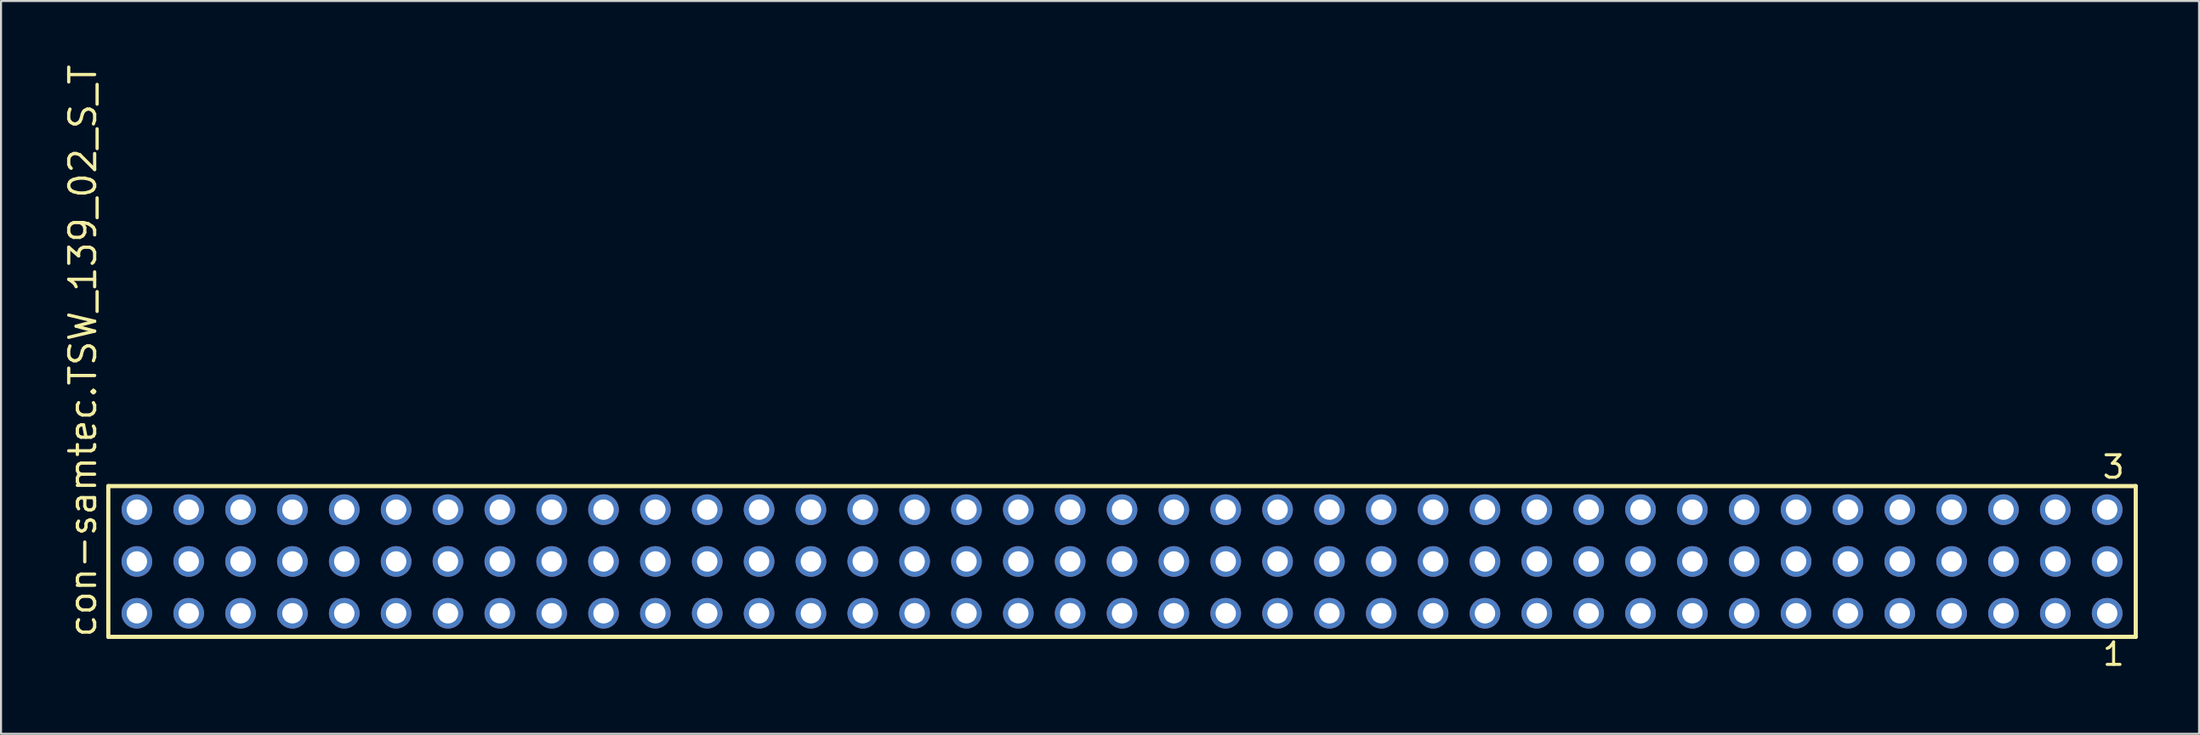
<source format=kicad_pcb>
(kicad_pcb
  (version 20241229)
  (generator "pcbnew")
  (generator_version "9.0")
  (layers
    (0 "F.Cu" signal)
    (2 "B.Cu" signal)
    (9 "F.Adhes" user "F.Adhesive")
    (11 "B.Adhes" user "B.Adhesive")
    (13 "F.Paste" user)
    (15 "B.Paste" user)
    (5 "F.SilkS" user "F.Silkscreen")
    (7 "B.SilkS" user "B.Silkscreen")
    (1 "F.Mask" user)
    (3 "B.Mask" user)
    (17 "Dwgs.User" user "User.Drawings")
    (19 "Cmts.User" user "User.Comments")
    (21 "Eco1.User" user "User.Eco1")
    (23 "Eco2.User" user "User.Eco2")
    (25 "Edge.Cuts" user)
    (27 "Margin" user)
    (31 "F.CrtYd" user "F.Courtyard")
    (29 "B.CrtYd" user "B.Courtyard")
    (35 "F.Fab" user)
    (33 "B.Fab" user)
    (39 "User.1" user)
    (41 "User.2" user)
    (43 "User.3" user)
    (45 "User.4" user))
  (footprint "con-samtec.TSW_139_02_S_T"
    (layer "F.Cu")
    (at 51.915 24.477)
    (property "Reference" "con-samtec.TSW_139_02_S_T" (at -50.165 3.81 90) (layer "F.SilkS") (effects (font (size 1.27 1.27) (thickness 0.16)) (justify left bottom)))
    (attr through_hole)
    (fp_line (start -49.659 -3.695) (end 49.659 -3.695) (stroke (width 0.203) (type default)) (layer "F.SilkS"))
    (fp_line (start -49.659 3.695) (end -49.659 -3.695) (stroke (width 0.203) (type default)) (layer "F.SilkS"))
    (fp_line (start 49.659 -3.695) (end 49.659 3.695) (stroke (width 0.203) (type default)) (layer "F.SilkS"))
    (fp_line (start 49.659 3.695) (end -49.659 3.695) (stroke (width 0.203) (type default)) (layer "F.SilkS"))
    (fp_rect (start -48.61 -2.19) (end -47.91 -2.89) (stroke (width 0.05) (type default)) (fill no) (layer "F.Fab"))
    (fp_rect (start -48.61 0.35) (end -47.91 -0.35) (stroke (width 0.05) (type default)) (fill no) (layer "F.Fab"))
    (fp_rect (start -48.61 2.89) (end -47.91 2.19) (stroke (width 0.05) (type default)) (fill no) (layer "F.Fab"))
    (fp_rect (start -46.07 -2.19) (end -45.37 -2.89) (stroke (width 0.05) (type default)) (fill no) (layer "F.Fab"))
    (fp_rect (start -46.07 0.35) (end -45.37 -0.35) (stroke (width 0.05) (type default)) (fill no) (layer "F.Fab"))
    (fp_rect (start -46.07 2.89) (end -45.37 2.19) (stroke (width 0.05) (type default)) (fill no) (layer "F.Fab"))
    (fp_rect (start -43.53 -2.19) (end -42.83 -2.89) (stroke (width 0.05) (type default)) (fill no) (layer "F.Fab"))
    (fp_rect (start -43.53 0.35) (end -42.83 -0.35) (stroke (width 0.05) (type default)) (fill no) (layer "F.Fab"))
    (fp_rect (start -43.53 2.89) (end -42.83 2.19) (stroke (width 0.05) (type default)) (fill no) (layer "F.Fab"))
    (fp_rect (start -40.99 -2.19) (end -40.29 -2.89) (stroke (width 0.05) (type default)) (fill no) (layer "F.Fab"))
    (fp_rect (start -40.99 0.35) (end -40.29 -0.35) (stroke (width 0.05) (type default)) (fill no) (layer "F.Fab"))
    (fp_rect (start -40.99 2.89) (end -40.29 2.19) (stroke (width 0.05) (type default)) (fill no) (layer "F.Fab"))
    (fp_rect (start -38.45 -2.19) (end -37.75 -2.89) (stroke (width 0.05) (type default)) (fill no) (layer "F.Fab"))
    (fp_rect (start -38.45 0.35) (end -37.75 -0.35) (stroke (width 0.05) (type default)) (fill no) (layer "F.Fab"))
    (fp_rect (start -38.45 2.89) (end -37.75 2.19) (stroke (width 0.05) (type default)) (fill no) (layer "F.Fab"))
    (fp_rect (start -35.91 -2.19) (end -35.21 -2.89) (stroke (width 0.05) (type default)) (fill no) (layer "F.Fab"))
    (fp_rect (start -35.91 0.35) (end -35.21 -0.35) (stroke (width 0.05) (type default)) (fill no) (layer "F.Fab"))
    (fp_rect (start -35.91 2.89) (end -35.21 2.19) (stroke (width 0.05) (type default)) (fill no) (layer "F.Fab"))
    (fp_rect (start -33.37 -2.19) (end -32.67 -2.89) (stroke (width 0.05) (type default)) (fill no) (layer "F.Fab"))
    (fp_rect (start -33.37 0.35) (end -32.67 -0.35) (stroke (width 0.05) (type default)) (fill no) (layer "F.Fab"))
    (fp_rect (start -33.37 2.89) (end -32.67 2.19) (stroke (width 0.05) (type default)) (fill no) (layer "F.Fab"))
    (fp_rect (start -30.83 -2.19) (end -30.13 -2.89) (stroke (width 0.05) (type default)) (fill no) (layer "F.Fab"))
    (fp_rect (start -30.83 0.35) (end -30.13 -0.35) (stroke (width 0.05) (type default)) (fill no) (layer "F.Fab"))
    (fp_rect (start -30.83 2.89) (end -30.13 2.19) (stroke (width 0.05) (type default)) (fill no) (layer "F.Fab"))
    (fp_rect (start -28.29 -2.19) (end -27.59 -2.89) (stroke (width 0.05) (type default)) (fill no) (layer "F.Fab"))
    (fp_rect (start -28.29 0.35) (end -27.59 -0.35) (stroke (width 0.05) (type default)) (fill no) (layer "F.Fab"))
    (fp_rect (start -28.29 2.89) (end -27.59 2.19) (stroke (width 0.05) (type default)) (fill no) (layer "F.Fab"))
    (fp_rect (start -25.75 -2.19) (end -25.05 -2.89) (stroke (width 0.05) (type default)) (fill no) (layer "F.Fab"))
    (fp_rect (start -25.75 0.35) (end -25.05 -0.35) (stroke (width 0.05) (type default)) (fill no) (layer "F.Fab"))
    (fp_rect (start -25.75 2.89) (end -25.05 2.19) (stroke (width 0.05) (type default)) (fill no) (layer "F.Fab"))
    (fp_rect (start -23.21 -2.19) (end -22.51 -2.89) (stroke (width 0.05) (type default)) (fill no) (layer "F.Fab"))
    (fp_rect (start -23.21 0.35) (end -22.51 -0.35) (stroke (width 0.05) (type default)) (fill no) (layer "F.Fab"))
    (fp_rect (start -23.21 2.89) (end -22.51 2.19) (stroke (width 0.05) (type default)) (fill no) (layer "F.Fab"))
    (fp_rect (start -20.67 -2.19) (end -19.97 -2.89) (stroke (width 0.05) (type default)) (fill no) (layer "F.Fab"))
    (fp_rect (start -20.67 0.35) (end -19.97 -0.35) (stroke (width 0.05) (type default)) (fill no) (layer "F.Fab"))
    (fp_rect (start -20.67 2.89) (end -19.97 2.19) (stroke (width 0.05) (type default)) (fill no) (layer "F.Fab"))
    (fp_rect (start -18.13 -2.19) (end -17.43 -2.89) (stroke (width 0.05) (type default)) (fill no) (layer "F.Fab"))
    (fp_rect (start -18.13 0.35) (end -17.43 -0.35) (stroke (width 0.05) (type default)) (fill no) (layer "F.Fab"))
    (fp_rect (start -18.13 2.89) (end -17.43 2.19) (stroke (width 0.05) (type default)) (fill no) (layer "F.Fab"))
    (fp_rect (start -15.59 -2.19) (end -14.89 -2.89) (stroke (width 0.05) (type default)) (fill no) (layer "F.Fab"))
    (fp_rect (start -15.59 0.35) (end -14.89 -0.35) (stroke (width 0.05) (type default)) (fill no) (layer "F.Fab"))
    (fp_rect (start -15.59 2.89) (end -14.89 2.19) (stroke (width 0.05) (type default)) (fill no) (layer "F.Fab"))
    (fp_rect (start -13.05 -2.19) (end -12.35 -2.89) (stroke (width 0.05) (type default)) (fill no) (layer "F.Fab"))
    (fp_rect (start -13.05 0.35) (end -12.35 -0.35) (stroke (width 0.05) (type default)) (fill no) (layer "F.Fab"))
    (fp_rect (start -13.05 2.89) (end -12.35 2.19) (stroke (width 0.05) (type default)) (fill no) (layer "F.Fab"))
    (fp_rect (start -10.51 -2.19) (end -9.81 -2.89) (stroke (width 0.05) (type default)) (fill no) (layer "F.Fab"))
    (fp_rect (start -10.51 0.35) (end -9.81 -0.35) (stroke (width 0.05) (type default)) (fill no) (layer "F.Fab"))
    (fp_rect (start -10.51 2.89) (end -9.81 2.19) (stroke (width 0.05) (type default)) (fill no) (layer "F.Fab"))
    (fp_rect (start -7.97 -2.19) (end -7.27 -2.89) (stroke (width 0.05) (type default)) (fill no) (layer "F.Fab"))
    (fp_rect (start -7.97 0.35) (end -7.27 -0.35) (stroke (width 0.05) (type default)) (fill no) (layer "F.Fab"))
    (fp_rect (start -7.97 2.89) (end -7.27 2.19) (stroke (width 0.05) (type default)) (fill no) (layer "F.Fab"))
    (fp_rect (start -5.43 -2.19) (end -4.73 -2.89) (stroke (width 0.05) (type default)) (fill no) (layer "F.Fab"))
    (fp_rect (start -5.43 0.35) (end -4.73 -0.35) (stroke (width 0.05) (type default)) (fill no) (layer "F.Fab"))
    (fp_rect (start -5.43 2.89) (end -4.73 2.19) (stroke (width 0.05) (type default)) (fill no) (layer "F.Fab"))
    (fp_rect (start -2.89 -2.19) (end -2.19 -2.89) (stroke (width 0.05) (type default)) (fill no) (layer "F.Fab"))
    (fp_rect (start -2.89 0.35) (end -2.19 -0.35) (stroke (width 0.05) (type default)) (fill no) (layer "F.Fab"))
    (fp_rect (start -2.89 2.89) (end -2.19 2.19) (stroke (width 0.05) (type default)) (fill no) (layer "F.Fab"))
    (fp_rect (start -0.35 -2.19) (end 0.35 -2.89) (stroke (width 0.05) (type default)) (fill no) (layer "F.Fab"))
    (fp_rect (start -0.35 0.35) (end 0.35 -0.35) (stroke (width 0.05) (type default)) (fill no) (layer "F.Fab"))
    (fp_rect (start -0.35 2.89) (end 0.35 2.19) (stroke (width 0.05) (type default)) (fill no) (layer "F.Fab"))
    (fp_rect (start 2.19 -2.19) (end 2.89 -2.89) (stroke (width 0.05) (type default)) (fill no) (layer "F.Fab"))
    (fp_rect (start 2.19 0.35) (end 2.89 -0.35) (stroke (width 0.05) (type default)) (fill no) (layer "F.Fab"))
    (fp_rect (start 2.19 2.89) (end 2.89 2.19) (stroke (width 0.05) (type default)) (fill no) (layer "F.Fab"))
    (fp_rect (start 4.73 -2.19) (end 5.43 -2.89) (stroke (width 0.05) (type default)) (fill no) (layer "F.Fab"))
    (fp_rect (start 4.73 0.35) (end 5.43 -0.35) (stroke (width 0.05) (type default)) (fill no) (layer "F.Fab"))
    (fp_rect (start 4.73 2.89) (end 5.43 2.19) (stroke (width 0.05) (type default)) (fill no) (layer "F.Fab"))
    (fp_rect (start 7.27 -2.19) (end 7.97 -2.89) (stroke (width 0.05) (type default)) (fill no) (layer "F.Fab"))
    (fp_rect (start 7.27 0.35) (end 7.97 -0.35) (stroke (width 0.05) (type default)) (fill no) (layer "F.Fab"))
    (fp_rect (start 7.27 2.89) (end 7.97 2.19) (stroke (width 0.05) (type default)) (fill no) (layer "F.Fab"))
    (fp_rect (start 9.81 -2.19) (end 10.51 -2.89) (stroke (width 0.05) (type default)) (fill no) (layer "F.Fab"))
    (fp_rect (start 9.81 0.35) (end 10.51 -0.35) (stroke (width 0.05) (type default)) (fill no) (layer "F.Fab"))
    (fp_rect (start 9.81 2.89) (end 10.51 2.19) (stroke (width 0.05) (type default)) (fill no) (layer "F.Fab"))
    (fp_rect (start 12.35 -2.19) (end 13.05 -2.89) (stroke (width 0.05) (type default)) (fill no) (layer "F.Fab"))
    (fp_rect (start 12.35 0.35) (end 13.05 -0.35) (stroke (width 0.05) (type default)) (fill no) (layer "F.Fab"))
    (fp_rect (start 12.35 2.89) (end 13.05 2.19) (stroke (width 0.05) (type default)) (fill no) (layer "F.Fab"))
    (fp_rect (start 14.89 -2.19) (end 15.59 -2.89) (stroke (width 0.05) (type default)) (fill no) (layer "F.Fab"))
    (fp_rect (start 14.89 0.35) (end 15.59 -0.35) (stroke (width 0.05) (type default)) (fill no) (layer "F.Fab"))
    (fp_rect (start 14.89 2.89) (end 15.59 2.19) (stroke (width 0.05) (type default)) (fill no) (layer "F.Fab"))
    (fp_rect (start 17.43 -2.19) (end 18.13 -2.89) (stroke (width 0.05) (type default)) (fill no) (layer "F.Fab"))
    (fp_rect (start 17.43 0.35) (end 18.13 -0.35) (stroke (width 0.05) (type default)) (fill no) (layer "F.Fab"))
    (fp_rect (start 17.43 2.89) (end 18.13 2.19) (stroke (width 0.05) (type default)) (fill no) (layer "F.Fab"))
    (fp_rect (start 19.97 -2.19) (end 20.67 -2.89) (stroke (width 0.05) (type default)) (fill no) (layer "F.Fab"))
    (fp_rect (start 19.97 0.35) (end 20.67 -0.35) (stroke (width 0.05) (type default)) (fill no) (layer "F.Fab"))
    (fp_rect (start 19.97 2.89) (end 20.67 2.19) (stroke (width 0.05) (type default)) (fill no) (layer "F.Fab"))
    (fp_rect (start 22.51 -2.19) (end 23.21 -2.89) (stroke (width 0.05) (type default)) (fill no) (layer "F.Fab"))
    (fp_rect (start 22.51 0.35) (end 23.21 -0.35) (stroke (width 0.05) (type default)) (fill no) (layer "F.Fab"))
    (fp_rect (start 22.51 2.89) (end 23.21 2.19) (stroke (width 0.05) (type default)) (fill no) (layer "F.Fab"))
    (fp_rect (start 25.05 -2.19) (end 25.75 -2.89) (stroke (width 0.05) (type default)) (fill no) (layer "F.Fab"))
    (fp_rect (start 25.05 0.35) (end 25.75 -0.35) (stroke (width 0.05) (type default)) (fill no) (layer "F.Fab"))
    (fp_rect (start 25.05 2.89) (end 25.75 2.19) (stroke (width 0.05) (type default)) (fill no) (layer "F.Fab"))
    (fp_rect (start 27.59 -2.19) (end 28.29 -2.89) (stroke (width 0.05) (type default)) (fill no) (layer "F.Fab"))
    (fp_rect (start 27.59 0.35) (end 28.29 -0.35) (stroke (width 0.05) (type default)) (fill no) (layer "F.Fab"))
    (fp_rect (start 27.59 2.89) (end 28.29 2.19) (stroke (width 0.05) (type default)) (fill no) (layer "F.Fab"))
    (fp_rect (start 30.13 -2.19) (end 30.83 -2.89) (stroke (width 0.05) (type default)) (fill no) (layer "F.Fab"))
    (fp_rect (start 30.13 0.35) (end 30.83 -0.35) (stroke (width 0.05) (type default)) (fill no) (layer "F.Fab"))
    (fp_rect (start 30.13 2.89) (end 30.83 2.19) (stroke (width 0.05) (type default)) (fill no) (layer "F.Fab"))
    (fp_rect (start 32.67 -2.19) (end 33.37 -2.89) (stroke (width 0.05) (type default)) (fill no) (layer "F.Fab"))
    (fp_rect (start 32.67 0.35) (end 33.37 -0.35) (stroke (width 0.05) (type default)) (fill no) (layer "F.Fab"))
    (fp_rect (start 32.67 2.89) (end 33.37 2.19) (stroke (width 0.05) (type default)) (fill no) (layer "F.Fab"))
    (fp_rect (start 35.21 -2.19) (end 35.91 -2.89) (stroke (width 0.05) (type default)) (fill no) (layer "F.Fab"))
    (fp_rect (start 35.21 0.35) (end 35.91 -0.35) (stroke (width 0.05) (type default)) (fill no) (layer "F.Fab"))
    (fp_rect (start 35.21 2.89) (end 35.91 2.19) (stroke (width 0.05) (type default)) (fill no) (layer "F.Fab"))
    (fp_rect (start 37.75 -2.19) (end 38.45 -2.89) (stroke (width 0.05) (type default)) (fill no) (layer "F.Fab"))
    (fp_rect (start 37.75 0.35) (end 38.45 -0.35) (stroke (width 0.05) (type default)) (fill no) (layer "F.Fab"))
    (fp_rect (start 37.75 2.89) (end 38.45 2.19) (stroke (width 0.05) (type default)) (fill no) (layer "F.Fab"))
    (fp_rect (start 40.29 -2.19) (end 40.99 -2.89) (stroke (width 0.05) (type default)) (fill no) (layer "F.Fab"))
    (fp_rect (start 40.29 0.35) (end 40.99 -0.35) (stroke (width 0.05) (type default)) (fill no) (layer "F.Fab"))
    (fp_rect (start 40.29 2.89) (end 40.99 2.19) (stroke (width 0.05) (type default)) (fill no) (layer "F.Fab"))
    (fp_rect (start 42.83 -2.19) (end 43.53 -2.89) (stroke (width 0.05) (type default)) (fill no) (layer "F.Fab"))
    (fp_rect (start 42.83 0.35) (end 43.53 -0.35) (stroke (width 0.05) (type default)) (fill no) (layer "F.Fab"))
    (fp_rect (start 42.83 2.89) (end 43.53 2.19) (stroke (width 0.05) (type default)) (fill no) (layer "F.Fab"))
    (fp_rect (start 45.37 -2.19) (end 46.07 -2.89) (stroke (width 0.05) (type default)) (fill no) (layer "F.Fab"))
    (fp_rect (start 45.37 0.35) (end 46.07 -0.35) (stroke (width 0.05) (type default)) (fill no) (layer "F.Fab"))
    (fp_rect (start 45.37 2.89) (end 46.07 2.19) (stroke (width 0.05) (type default)) (fill no) (layer "F.Fab"))
    (fp_rect (start 47.91 -2.19) (end 48.61 -2.89) (stroke (width 0.05) (type default)) (fill no) (layer "F.Fab"))
    (fp_rect (start 47.91 0.35) (end 48.61 -0.35) (stroke (width 0.05) (type default)) (fill no) (layer "F.Fab"))
    (fp_rect (start 47.91 2.89) (end 48.61 2.19) (stroke (width 0.05) (type default)) (fill no) (layer "F.Fab"))
    (fp_text user "3" (at 47.948 -3.989 0) (layer "F.SilkS") (effects (font (size 1.1 1.1) (thickness 0.15)) (justify left bottom)))
    (fp_text user "1" (at 47.952 5.188 0) (layer "F.SilkS") (effects (font (size 1.1 1.1) (thickness 0.15)) (justify left bottom)))
    (pad "1" thru_hole circle (at 48.26 2.54 180) (size 1.5 1.5) (drill 1) (layers "*.Cu" "*.Mask"))
    (pad "2" thru_hole circle (at 48.26 0 180) (size 1.5 1.5) (drill 1) (layers "*.Cu" "*.Mask"))
    (pad "3" thru_hole circle (at 48.26 -2.54 180) (size 1.5 1.5) (drill 1) (layers "*.Cu" "*.Mask"))
    (pad "4" thru_hole circle (at 45.72 2.54 180) (size 1.5 1.5) (drill 1) (layers "*.Cu" "*.Mask"))
    (pad "5" thru_hole circle (at 45.72 0 180) (size 1.5 1.5) (drill 1) (layers "*.Cu" "*.Mask"))
    (pad "6" thru_hole circle (at 45.72 -2.54 180) (size 1.5 1.5) (drill 1) (layers "*.Cu" "*.Mask"))
    (pad "7" thru_hole circle (at 43.18 2.54 180) (size 1.5 1.5) (drill 1) (layers "*.Cu" "*.Mask"))
    (pad "8" thru_hole circle (at 43.18 0 180) (size 1.5 1.5) (drill 1) (layers "*.Cu" "*.Mask"))
    (pad "9" thru_hole circle (at 43.18 -2.54 180) (size 1.5 1.5) (drill 1) (layers "*.Cu" "*.Mask"))
    (pad "10" thru_hole circle (at 40.64 2.54 180) (size 1.5 1.5) (drill 1) (layers "*.Cu" "*.Mask"))
    (pad "11" thru_hole circle (at 40.64 0 180) (size 1.5 1.5) (drill 1) (layers "*.Cu" "*.Mask"))
    (pad "12" thru_hole circle (at 40.64 -2.54 180) (size 1.5 1.5) (drill 1) (layers "*.Cu" "*.Mask"))
    (pad "13" thru_hole circle (at 38.1 2.54 180) (size 1.5 1.5) (drill 1) (layers "*.Cu" "*.Mask"))
    (pad "14" thru_hole circle (at 38.1 0 180) (size 1.5 1.5) (drill 1) (layers "*.Cu" "*.Mask"))
    (pad "15" thru_hole circle (at 38.1 -2.54 180) (size 1.5 1.5) (drill 1) (layers "*.Cu" "*.Mask"))
    (pad "16" thru_hole circle (at 35.56 2.54 180) (size 1.5 1.5) (drill 1) (layers "*.Cu" "*.Mask"))
    (pad "17" thru_hole circle (at 35.56 0 180) (size 1.5 1.5) (drill 1) (layers "*.Cu" "*.Mask"))
    (pad "18" thru_hole circle (at 35.56 -2.54 180) (size 1.5 1.5) (drill 1) (layers "*.Cu" "*.Mask"))
    (pad "19" thru_hole circle (at 33.02 2.54 180) (size 1.5 1.5) (drill 1) (layers "*.Cu" "*.Mask"))
    (pad "20" thru_hole circle (at 33.02 0 180) (size 1.5 1.5) (drill 1) (layers "*.Cu" "*.Mask"))
    (pad "21" thru_hole circle (at 33.02 -2.54 180) (size 1.5 1.5) (drill 1) (layers "*.Cu" "*.Mask"))
    (pad "22" thru_hole circle (at 30.48 2.54 180) (size 1.5 1.5) (drill 1) (layers "*.Cu" "*.Mask"))
    (pad "23" thru_hole circle (at 30.48 0 180) (size 1.5 1.5) (drill 1) (layers "*.Cu" "*.Mask"))
    (pad "24" thru_hole circle (at 30.48 -2.54 180) (size 1.5 1.5) (drill 1) (layers "*.Cu" "*.Mask"))
    (pad "25" thru_hole circle (at 27.94 2.54 180) (size 1.5 1.5) (drill 1) (layers "*.Cu" "*.Mask"))
    (pad "26" thru_hole circle (at 27.94 0 180) (size 1.5 1.5) (drill 1) (layers "*.Cu" "*.Mask"))
    (pad "27" thru_hole circle (at 27.94 -2.54 180) (size 1.5 1.5) (drill 1) (layers "*.Cu" "*.Mask"))
    (pad "28" thru_hole circle (at 25.4 2.54 180) (size 1.5 1.5) (drill 1) (layers "*.Cu" "*.Mask"))
    (pad "29" thru_hole circle (at 25.4 0 180) (size 1.5 1.5) (drill 1) (layers "*.Cu" "*.Mask"))
    (pad "30" thru_hole circle (at 25.4 -2.54 180) (size 1.5 1.5) (drill 1) (layers "*.Cu" "*.Mask"))
    (pad "31" thru_hole circle (at 22.86 2.54 180) (size 1.5 1.5) (drill 1) (layers "*.Cu" "*.Mask"))
    (pad "32" thru_hole circle (at 22.86 0 180) (size 1.5 1.5) (drill 1) (layers "*.Cu" "*.Mask"))
    (pad "33" thru_hole circle (at 22.86 -2.54 180) (size 1.5 1.5) (drill 1) (layers "*.Cu" "*.Mask"))
    (pad "34" thru_hole circle (at 20.32 2.54 180) (size 1.5 1.5) (drill 1) (layers "*.Cu" "*.Mask"))
    (pad "35" thru_hole circle (at 20.32 0 180) (size 1.5 1.5) (drill 1) (layers "*.Cu" "*.Mask"))
    (pad "36" thru_hole circle (at 20.32 -2.54 180) (size 1.5 1.5) (drill 1) (layers "*.Cu" "*.Mask"))
    (pad "37" thru_hole circle (at 17.78 2.54 180) (size 1.5 1.5) (drill 1) (layers "*.Cu" "*.Mask"))
    (pad "38" thru_hole circle (at 17.78 0 180) (size 1.5 1.5) (drill 1) (layers "*.Cu" "*.Mask"))
    (pad "39" thru_hole circle (at 17.78 -2.54 180) (size 1.5 1.5) (drill 1) (layers "*.Cu" "*.Mask"))
    (pad "40" thru_hole circle (at 15.24 2.54 180) (size 1.5 1.5) (drill 1) (layers "*.Cu" "*.Mask"))
    (pad "41" thru_hole circle (at 15.24 0 180) (size 1.5 1.5) (drill 1) (layers "*.Cu" "*.Mask"))
    (pad "42" thru_hole circle (at 15.24 -2.54 180) (size 1.5 1.5) (drill 1) (layers "*.Cu" "*.Mask"))
    (pad "43" thru_hole circle (at 12.7 2.54 180) (size 1.5 1.5) (drill 1) (layers "*.Cu" "*.Mask"))
    (pad "44" thru_hole circle (at 12.7 0 180) (size 1.5 1.5) (drill 1) (layers "*.Cu" "*.Mask"))
    (pad "45" thru_hole circle (at 12.7 -2.54 180) (size 1.5 1.5) (drill 1) (layers "*.Cu" "*.Mask"))
    (pad "46" thru_hole circle (at 10.16 2.54 180) (size 1.5 1.5) (drill 1) (layers "*.Cu" "*.Mask"))
    (pad "47" thru_hole circle (at 10.16 0 180) (size 1.5 1.5) (drill 1) (layers "*.Cu" "*.Mask"))
    (pad "48" thru_hole circle (at 10.16 -2.54 180) (size 1.5 1.5) (drill 1) (layers "*.Cu" "*.Mask"))
    (pad "49" thru_hole circle (at 7.62 2.54 180) (size 1.5 1.5) (drill 1) (layers "*.Cu" "*.Mask"))
    (pad "50" thru_hole circle (at 7.62 0 180) (size 1.5 1.5) (drill 1) (layers "*.Cu" "*.Mask"))
    (pad "51" thru_hole circle (at 7.62 -2.54 180) (size 1.5 1.5) (drill 1) (layers "*.Cu" "*.Mask"))
    (pad "52" thru_hole circle (at 5.08 2.54 180) (size 1.5 1.5) (drill 1) (layers "*.Cu" "*.Mask"))
    (pad "53" thru_hole circle (at 5.08 0 180) (size 1.5 1.5) (drill 1) (layers "*.Cu" "*.Mask"))
    (pad "54" thru_hole circle (at 5.08 -2.54 180) (size 1.5 1.5) (drill 1) (layers "*.Cu" "*.Mask"))
    (pad "55" thru_hole circle (at 2.54 2.54 180) (size 1.5 1.5) (drill 1) (layers "*.Cu" "*.Mask"))
    (pad "56" thru_hole circle (at 2.54 0 180) (size 1.5 1.5) (drill 1) (layers "*.Cu" "*.Mask"))
    (pad "57" thru_hole circle (at 2.54 -2.54 180) (size 1.5 1.5) (drill 1) (layers "*.Cu" "*.Mask"))
    (pad "58" thru_hole circle (at 0 2.54 180) (size 1.5 1.5) (drill 1) (layers "*.Cu" "*.Mask"))
    (pad "59" thru_hole circle (at 0 0 180) (size 1.5 1.5) (drill 1) (layers "*.Cu" "*.Mask"))
    (pad "60" thru_hole circle (at 0 -2.54 180) (size 1.5 1.5) (drill 1) (layers "*.Cu" "*.Mask"))
    (pad "61" thru_hole circle (at -2.54 2.54 180) (size 1.5 1.5) (drill 1) (layers "*.Cu" "*.Mask"))
    (pad "62" thru_hole circle (at -2.54 0 180) (size 1.5 1.5) (drill 1) (layers "*.Cu" "*.Mask"))
    (pad "63" thru_hole circle (at -2.54 -2.54 180) (size 1.5 1.5) (drill 1) (layers "*.Cu" "*.Mask"))
    (pad "64" thru_hole circle (at -5.08 2.54 180) (size 1.5 1.5) (drill 1) (layers "*.Cu" "*.Mask"))
    (pad "65" thru_hole circle (at -5.08 0 180) (size 1.5 1.5) (drill 1) (layers "*.Cu" "*.Mask"))
    (pad "66" thru_hole circle (at -5.08 -2.54 180) (size 1.5 1.5) (drill 1) (layers "*.Cu" "*.Mask"))
    (pad "67" thru_hole circle (at -7.62 2.54 180) (size 1.5 1.5) (drill 1) (layers "*.Cu" "*.Mask"))
    (pad "68" thru_hole circle (at -7.62 0 180) (size 1.5 1.5) (drill 1) (layers "*.Cu" "*.Mask"))
    (pad "69" thru_hole circle (at -7.62 -2.54 180) (size 1.5 1.5) (drill 1) (layers "*.Cu" "*.Mask"))
    (pad "70" thru_hole circle (at -10.16 2.54 180) (size 1.5 1.5) (drill 1) (layers "*.Cu" "*.Mask"))
    (pad "71" thru_hole circle (at -10.16 0 180) (size 1.5 1.5) (drill 1) (layers "*.Cu" "*.Mask"))
    (pad "72" thru_hole circle (at -10.16 -2.54 180) (size 1.5 1.5) (drill 1) (layers "*.Cu" "*.Mask"))
    (pad "73" thru_hole circle (at -12.7 2.54 180) (size 1.5 1.5) (drill 1) (layers "*.Cu" "*.Mask"))
    (pad "74" thru_hole circle (at -12.7 0 180) (size 1.5 1.5) (drill 1) (layers "*.Cu" "*.Mask"))
    (pad "75" thru_hole circle (at -12.7 -2.54 180) (size 1.5 1.5) (drill 1) (layers "*.Cu" "*.Mask"))
    (pad "76" thru_hole circle (at -15.24 2.54 180) (size 1.5 1.5) (drill 1) (layers "*.Cu" "*.Mask"))
    (pad "77" thru_hole circle (at -15.24 0 180) (size 1.5 1.5) (drill 1) (layers "*.Cu" "*.Mask"))
    (pad "78" thru_hole circle (at -15.24 -2.54 180) (size 1.5 1.5) (drill 1) (layers "*.Cu" "*.Mask"))
    (pad "79" thru_hole circle (at -17.78 2.54 180) (size 1.5 1.5) (drill 1) (layers "*.Cu" "*.Mask"))
    (pad "80" thru_hole circle (at -17.78 0 180) (size 1.5 1.5) (drill 1) (layers "*.Cu" "*.Mask"))
    (pad "81" thru_hole circle (at -17.78 -2.54 180) (size 1.5 1.5) (drill 1) (layers "*.Cu" "*.Mask"))
    (pad "82" thru_hole circle (at -20.32 2.54 180) (size 1.5 1.5) (drill 1) (layers "*.Cu" "*.Mask"))
    (pad "83" thru_hole circle (at -20.32 0 180) (size 1.5 1.5) (drill 1) (layers "*.Cu" "*.Mask"))
    (pad "84" thru_hole circle (at -20.32 -2.54 180) (size 1.5 1.5) (drill 1) (layers "*.Cu" "*.Mask"))
    (pad "85" thru_hole circle (at -22.86 2.54 180) (size 1.5 1.5) (drill 1) (layers "*.Cu" "*.Mask"))
    (pad "86" thru_hole circle (at -22.86 0 180) (size 1.5 1.5) (drill 1) (layers "*.Cu" "*.Mask"))
    (pad "87" thru_hole circle (at -22.86 -2.54 180) (size 1.5 1.5) (drill 1) (layers "*.Cu" "*.Mask"))
    (pad "88" thru_hole circle (at -25.4 2.54 180) (size 1.5 1.5) (drill 1) (layers "*.Cu" "*.Mask"))
    (pad "89" thru_hole circle (at -25.4 0 180) (size 1.5 1.5) (drill 1) (layers "*.Cu" "*.Mask"))
    (pad "90" thru_hole circle (at -25.4 -2.54 180) (size 1.5 1.5) (drill 1) (layers "*.Cu" "*.Mask"))
    (pad "91" thru_hole circle (at -27.94 2.54 180) (size 1.5 1.5) (drill 1) (layers "*.Cu" "*.Mask"))
    (pad "92" thru_hole circle (at -27.94 0 180) (size 1.5 1.5) (drill 1) (layers "*.Cu" "*.Mask"))
    (pad "93" thru_hole circle (at -27.94 -2.54 180) (size 1.5 1.5) (drill 1) (layers "*.Cu" "*.Mask"))
    (pad "94" thru_hole circle (at -30.48 2.54 180) (size 1.5 1.5) (drill 1) (layers "*.Cu" "*.Mask"))
    (pad "95" thru_hole circle (at -30.48 0 180) (size 1.5 1.5) (drill 1) (layers "*.Cu" "*.Mask"))
    (pad "96" thru_hole circle (at -30.48 -2.54 180) (size 1.5 1.5) (drill 1) (layers "*.Cu" "*.Mask"))
    (pad "97" thru_hole circle (at -33.02 2.54 180) (size 1.5 1.5) (drill 1) (layers "*.Cu" "*.Mask"))
    (pad "98" thru_hole circle (at -33.02 0 180) (size 1.5 1.5) (drill 1) (layers "*.Cu" "*.Mask"))
    (pad "99" thru_hole circle (at -33.02 -2.54 180) (size 1.5 1.5) (drill 1) (layers "*.Cu" "*.Mask"))
    (pad "100" thru_hole circle (at -35.56 2.54 180) (size 1.5 1.5) (drill 1) (layers "*.Cu" "*.Mask"))
    (pad "101" thru_hole circle (at -35.56 0 180) (size 1.5 1.5) (drill 1) (layers "*.Cu" "*.Mask"))
    (pad "102" thru_hole circle (at -35.56 -2.54 180) (size 1.5 1.5) (drill 1) (layers "*.Cu" "*.Mask"))
    (pad "103" thru_hole circle (at -38.1 2.54 180) (size 1.5 1.5) (drill 1) (layers "*.Cu" "*.Mask"))
    (pad "104" thru_hole circle (at -38.1 0 180) (size 1.5 1.5) (drill 1) (layers "*.Cu" "*.Mask"))
    (pad "105" thru_hole circle (at -38.1 -2.54 180) (size 1.5 1.5) (drill 1) (layers "*.Cu" "*.Mask"))
    (pad "106" thru_hole circle (at -40.64 2.54 180) (size 1.5 1.5) (drill 1) (layers "*.Cu" "*.Mask"))
    (pad "107" thru_hole circle (at -40.64 0 180) (size 1.5 1.5) (drill 1) (layers "*.Cu" "*.Mask"))
    (pad "108" thru_hole circle (at -40.64 -2.54 180) (size 1.5 1.5) (drill 1) (layers "*.Cu" "*.Mask"))
    (pad "109" thru_hole circle (at -43.18 2.54 180) (size 1.5 1.5) (drill 1) (layers "*.Cu" "*.Mask"))
    (pad "110" thru_hole circle (at -43.18 0 180) (size 1.5 1.5) (drill 1) (layers "*.Cu" "*.Mask"))
    (pad "111" thru_hole circle (at -43.18 -2.54 180) (size 1.5 1.5) (drill 1) (layers "*.Cu" "*.Mask"))
    (pad "112" thru_hole circle (at -45.72 2.54 180) (size 1.5 1.5) (drill 1) (layers "*.Cu" "*.Mask"))
    (pad "113" thru_hole circle (at -45.72 0 180) (size 1.5 1.5) (drill 1) (layers "*.Cu" "*.Mask"))
    (pad "114" thru_hole circle (at -45.72 -2.54 180) (size 1.5 1.5) (drill 1) (layers "*.Cu" "*.Mask"))
    (pad "115" thru_hole circle (at -48.26 2.54 180) (size 1.5 1.5) (drill 1) (layers "*.Cu" "*.Mask"))
    (pad "116" thru_hole circle (at -48.26 0 180) (size 1.5 1.5) (drill 1) (layers "*.Cu" "*.Mask"))
    (pad "117" thru_hole circle (at -48.26 -2.54 180) (size 1.5 1.5) (drill 1) (layers "*.Cu" "*.Mask")))
  (gr_rect
    (start -3 -3)
    (end 104.676 32.928)
    (stroke (width 0.1) (type default))
    (fill no)
    (layer "Edge.Cuts")))
</source>
